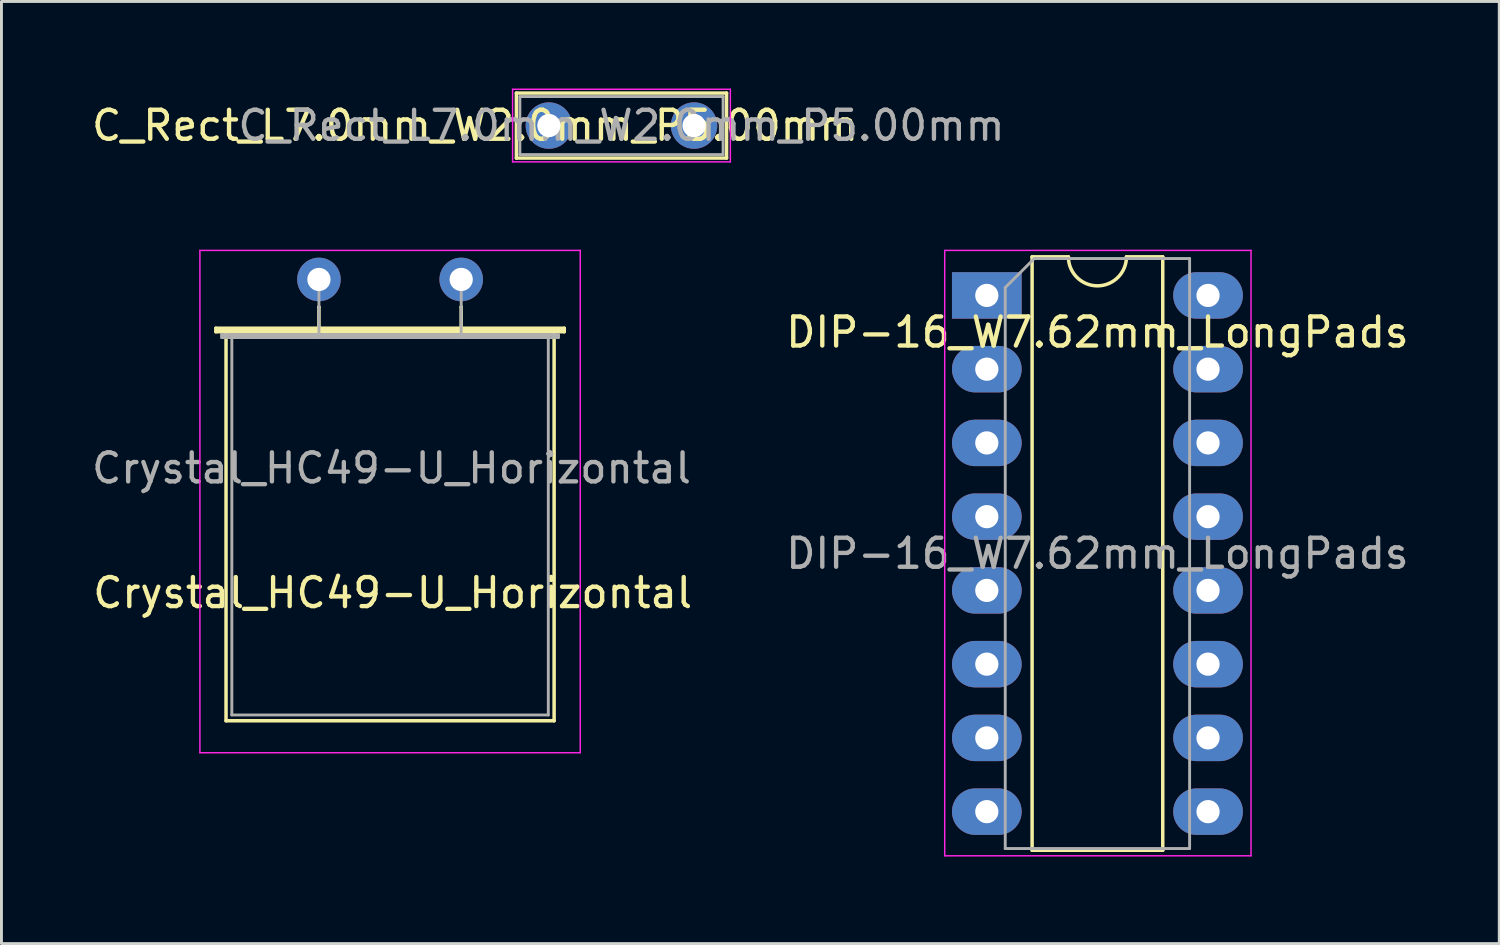
<source format=kicad_pcb>
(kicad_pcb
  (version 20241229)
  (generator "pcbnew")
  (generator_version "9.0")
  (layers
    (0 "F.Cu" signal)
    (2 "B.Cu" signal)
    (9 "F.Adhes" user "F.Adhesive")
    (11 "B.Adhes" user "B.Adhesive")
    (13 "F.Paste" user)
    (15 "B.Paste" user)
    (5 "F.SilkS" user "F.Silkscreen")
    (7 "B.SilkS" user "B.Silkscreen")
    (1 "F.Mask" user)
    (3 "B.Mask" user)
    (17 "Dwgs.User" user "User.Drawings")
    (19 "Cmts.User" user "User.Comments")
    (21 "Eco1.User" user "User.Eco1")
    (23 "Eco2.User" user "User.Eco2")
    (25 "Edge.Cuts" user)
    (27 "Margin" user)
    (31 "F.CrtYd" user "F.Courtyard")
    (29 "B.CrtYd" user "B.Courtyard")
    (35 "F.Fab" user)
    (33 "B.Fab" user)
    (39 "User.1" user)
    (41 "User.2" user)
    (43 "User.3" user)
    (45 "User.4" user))
  (footprint "C_Rect_L7.0mm_W2.0mm_P5.00mm"
    (layer "F.Cu")
    (at 15.855 1.275)
    (property "Reference" "C_Rect_L7.0mm_W2.0mm_P5.00mm" (at -2.54 0 0) (layer "F.SilkS") (effects (font (size 1 1) (thickness 0.15))))
    (attr through_hole)
    (fp_line (start -1.12 -1.12) (end -1.12 1.12) (stroke (width 0.12) (type solid)) (layer "F.SilkS"))
    (fp_line (start -1.12 -1.12) (end 6.12 -1.12) (stroke (width 0.12) (type solid)) (layer "F.SilkS"))
    (fp_line (start -1.12 1.12) (end 6.12 1.12) (stroke (width 0.12) (type solid)) (layer "F.SilkS"))
    (fp_line (start 6.12 -1.12) (end 6.12 1.12) (stroke (width 0.12) (type solid)) (layer "F.SilkS"))
    (fp_line (start -1.25 -1.25) (end -1.25 1.25) (stroke (width 0.05) (type solid)) (layer "F.CrtYd"))
    (fp_line (start -1.25 1.25) (end 6.25 1.25) (stroke (width 0.05) (type solid)) (layer "F.CrtYd"))
    (fp_line (start 6.25 -1.25) (end -1.25 -1.25) (stroke (width 0.05) (type solid)) (layer "F.CrtYd"))
    (fp_line (start 6.25 1.25) (end 6.25 -1.25) (stroke (width 0.05) (type solid)) (layer "F.CrtYd"))
    (fp_line (start -1 -1) (end -1 1) (stroke (width 0.1) (type solid)) (layer "F.Fab"))
    (fp_line (start -1 1) (end 6 1) (stroke (width 0.1) (type solid)) (layer "F.Fab"))
    (fp_line (start 6 -1) (end -1 -1) (stroke (width 0.1) (type solid)) (layer "F.Fab"))
    (fp_line (start 6 1) (end 6 -1) (stroke (width 0.1) (type solid)) (layer "F.Fab"))
    (fp_text user "${REFERENCE}" (at 2.5 0 0) (layer "F.Fab") (effects (font (size 1 1) (thickness 0.15))))
    (pad "1" thru_hole circle (at 0 0) (size 1.6 1.6) (drill 0.8) (layers "*.Cu" "*.Mask"))
    (pad "2" thru_hole circle (at 5 0) (size 1.6 1.6) (drill 0.8) (layers "*.Cu" "*.Mask")))
  (footprint "Crystal_HC49-U_Horizontal"
    (layer "F.Cu")
    (at 7.935 6.575)
    (property "Reference" "Crystal_HC49-U_Horizontal" (at 2.54 10.795 180) (layer "F.SilkS") (effects (font (size 1 1) (thickness 0.15))))
    (attr through_hole)
    (fp_line (start -3.55 1.68) (end 8.45 1.68) (stroke (width 0.12) (type solid)) (layer "F.SilkS"))
    (fp_line (start -3.55 1.8) (end -3.55 1.68) (stroke (width 0.12) (type solid)) (layer "F.SilkS"))
    (fp_line (start -3.2 1.8) (end -3.2 15.2) (stroke (width 0.12) (type solid)) (layer "F.SilkS"))
    (fp_line (start -3.2 15.2) (end 8.1 15.2) (stroke (width 0.12) (type solid)) (layer "F.SilkS"))
    (fp_line (start 0 0.95) (end 0 0.95) (stroke (width 0.12) (type solid)) (layer "F.SilkS"))
    (fp_line (start 0 1.8) (end 0 0.95) (stroke (width 0.12) (type solid)) (layer "F.SilkS"))
    (fp_line (start 4.9 0.95) (end 4.9 0.95) (stroke (width 0.12) (type solid)) (layer "F.SilkS"))
    (fp_line (start 4.9 1.8) (end 4.9 0.95) (stroke (width 0.12) (type solid)) (layer "F.SilkS"))
    (fp_line (start 8.1 1.8) (end -3.2 1.8) (stroke (width 0.12) (type solid)) (layer "F.SilkS"))
    (fp_line (start 8.1 15.2) (end 8.1 1.8) (stroke (width 0.12) (type solid)) (layer "F.SilkS"))
    (fp_line (start 8.45 1.68) (end 8.45 1.8) (stroke (width 0.12) (type solid)) (layer "F.SilkS"))
    (fp_line (start 8.45 1.8) (end -3.55 1.8) (stroke (width 0.12) (type solid)) (layer "F.SilkS"))
    (fp_line (start -4.1 -1) (end -4.1 16.3) (stroke (width 0.05) (type solid)) (layer "F.CrtYd"))
    (fp_line (start -4.1 16.3) (end 9 16.3) (stroke (width 0.05) (type solid)) (layer "F.CrtYd"))
    (fp_line (start 9 -1) (end -4.1 -1) (stroke (width 0.05) (type solid)) (layer "F.CrtYd"))
    (fp_line (start 9 16.3) (end 9 -1) (stroke (width 0.05) (type solid)) (layer "F.CrtYd"))
    (fp_line (start -3.35 1.9) (end 8.25 1.9) (stroke (width 0.1) (type solid)) (layer "F.Fab"))
    (fp_line (start -3.35 2) (end -3.35 1.9) (stroke (width 0.1) (type solid)) (layer "F.Fab"))
    (fp_line (start -3 2) (end -3 15) (stroke (width 0.1) (type solid)) (layer "F.Fab"))
    (fp_line (start -3 15) (end 7.9 15) (stroke (width 0.1) (type solid)) (layer "F.Fab"))
    (fp_line (start 0 1) (end 0 0) (stroke (width 0.1) (type solid)) (layer "F.Fab"))
    (fp_line (start 0 2) (end 0 1) (stroke (width 0.1) (type solid)) (layer "F.Fab"))
    (fp_line (start 4.9 1) (end 4.9 0) (stroke (width 0.1) (type solid)) (layer "F.Fab"))
    (fp_line (start 4.9 2) (end 4.9 1) (stroke (width 0.1) (type solid)) (layer "F.Fab"))
    (fp_line (start 7.9 2) (end -3 2) (stroke (width 0.1) (type solid)) (layer "F.Fab"))
    (fp_line (start 7.9 15) (end 7.9 2) (stroke (width 0.1) (type solid)) (layer "F.Fab"))
    (fp_line (start 8.25 1.9) (end 8.25 2) (stroke (width 0.1) (type solid)) (layer "F.Fab"))
    (fp_line (start 8.25 2) (end -3.35 2) (stroke (width 0.1) (type solid)) (layer "F.Fab"))
    (fp_text user "${REFERENCE}" (at 2.5 6.5 180) (layer "F.Fab") (effects (font (size 1 1) (thickness 0.15))))
    (pad "1" thru_hole circle (at 0 0) (size 1.5 1.5) (drill 0.8) (layers "*.Cu" "*.Mask"))
    (pad "2" thru_hole circle (at 4.9 0) (size 1.5 1.5) (drill 0.8) (layers "*.Cu" "*.Mask")))
  (footprint "DIP-16_W7.62mm_LongPads"
    (layer "F.Cu")
    (at 30.938 7.125)
    (property "Reference" "DIP-16_W7.62mm_LongPads" (at 3.81 1.27 0) (layer "F.SilkS") (effects (font (size 1 1) (thickness 0.15))))
    (attr through_hole)
    (fp_line (start 1.56 -1.33) (end 1.56 19.11) (stroke (width 0.12) (type solid)) (layer "F.SilkS"))
    (fp_line (start 1.56 19.11) (end 6.06 19.11) (stroke (width 0.12) (type solid)) (layer "F.SilkS"))
    (fp_line (start 2.81 -1.33) (end 1.56 -1.33) (stroke (width 0.12) (type solid)) (layer "F.SilkS"))
    (fp_line (start 6.06 -1.33) (end 4.81 -1.33) (stroke (width 0.12) (type solid)) (layer "F.SilkS"))
    (fp_line (start 6.06 19.11) (end 6.06 -1.33) (stroke (width 0.12) (type solid)) (layer "F.SilkS"))
    (fp_arc (start 4.81 -1.33) (mid 3.81 -0.33) (end 2.81 -1.33) (stroke (width 0.12) (type solid)) (layer "F.SilkS"))
    (fp_line (start -1.45 -1.55) (end -1.45 19.3) (stroke (width 0.05) (type solid)) (layer "F.CrtYd"))
    (fp_line (start -1.45 19.3) (end 9.1 19.3) (stroke (width 0.05) (type solid)) (layer "F.CrtYd"))
    (fp_line (start 9.1 -1.55) (end -1.45 -1.55) (stroke (width 0.05) (type solid)) (layer "F.CrtYd"))
    (fp_line (start 9.1 19.3) (end 9.1 -1.55) (stroke (width 0.05) (type solid)) (layer "F.CrtYd"))
    (fp_line (start 0.635 -0.27) (end 1.635 -1.27) (stroke (width 0.1) (type solid)) (layer "F.Fab"))
    (fp_line (start 0.635 19.05) (end 0.635 -0.27) (stroke (width 0.1) (type solid)) (layer "F.Fab"))
    (fp_line (start 1.635 -1.27) (end 6.985 -1.27) (stroke (width 0.1) (type solid)) (layer "F.Fab"))
    (fp_line (start 6.985 -1.27) (end 6.985 19.05) (stroke (width 0.1) (type solid)) (layer "F.Fab"))
    (fp_line (start 6.985 19.05) (end 0.635 19.05) (stroke (width 0.1) (type solid)) (layer "F.Fab"))
    (fp_text user "${REFERENCE}" (at 3.81 8.89 0) (layer "F.Fab") (effects (font (size 1 1) (thickness 0.15))))
    (pad "1" thru_hole rect (at 0 0) (size 2.4 1.6) (drill 0.8) (layers "*.Cu" "*.Mask"))
    (pad "2" thru_hole oval (at 0 2.54) (size 2.4 1.6) (drill 0.8) (layers "*.Cu" "*.Mask"))
    (pad "3" thru_hole oval (at 0 5.08) (size 2.4 1.6) (drill 0.8) (layers "*.Cu" "*.Mask"))
    (pad "4" thru_hole oval (at 0 7.62) (size 2.4 1.6) (drill 0.8) (layers "*.Cu" "*.Mask"))
    (pad "5" thru_hole oval (at 0 10.16) (size 2.4 1.6) (drill 0.8) (layers "*.Cu" "*.Mask"))
    (pad "6" thru_hole oval (at 0 12.7) (size 2.4 1.6) (drill 0.8) (layers "*.Cu" "*.Mask"))
    (pad "7" thru_hole oval (at 0 15.24) (size 2.4 1.6) (drill 0.8) (layers "*.Cu" "*.Mask"))
    (pad "8" thru_hole oval (at 0 17.78) (size 2.4 1.6) (drill 0.8) (layers "*.Cu" "*.Mask"))
    (pad "9" thru_hole oval (at 7.62 17.78) (size 2.4 1.6) (drill 0.8) (layers "*.Cu" "*.Mask"))
    (pad "10" thru_hole oval (at 7.62 15.24) (size 2.4 1.6) (drill 0.8) (layers "*.Cu" "*.Mask"))
    (pad "11" thru_hole oval (at 7.62 12.7) (size 2.4 1.6) (drill 0.8) (layers "*.Cu" "*.Mask"))
    (pad "12" thru_hole oval (at 7.62 10.16) (size 2.4 1.6) (drill 0.8) (layers "*.Cu" "*.Mask"))
    (pad "13" thru_hole oval (at 7.62 7.62) (size 2.4 1.6) (drill 0.8) (layers "*.Cu" "*.Mask"))
    (pad "14" thru_hole oval (at 7.62 5.08) (size 2.4 1.6) (drill 0.8) (layers "*.Cu" "*.Mask"))
    (pad "15" thru_hole oval (at 7.62 2.54) (size 2.4 1.6) (drill 0.8) (layers "*.Cu" "*.Mask"))
    (pad "16" thru_hole oval (at 7.62 0) (size 2.4 1.6) (drill 0.8) (layers "*.Cu" "*.Mask")))
  (gr_rect
    (start -3 -3)
    (end 48.588 29.45)
    (stroke (width 0.1) (type default))
    (fill no)
    (layer "Edge.Cuts")))
</source>
